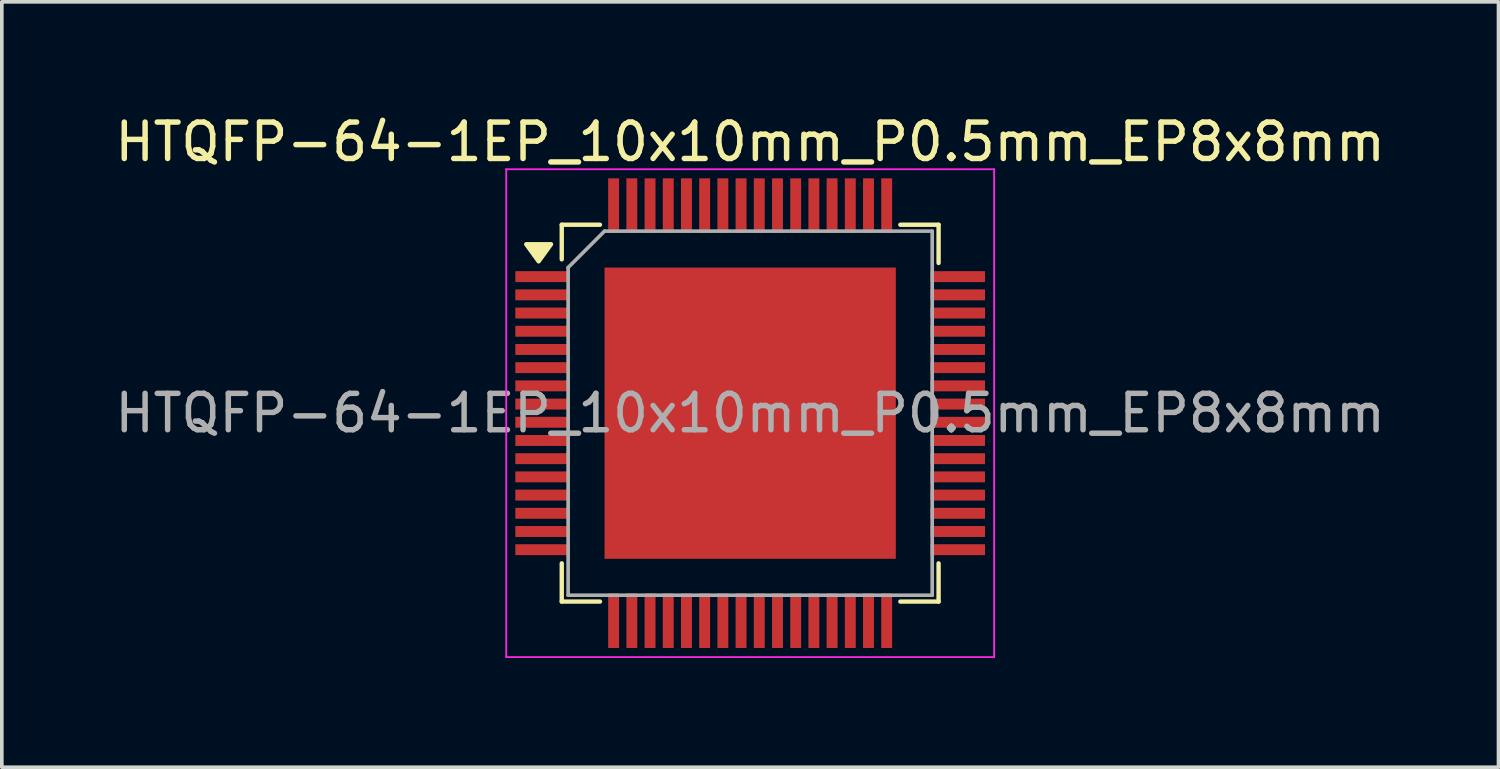
<source format=kicad_pcb>
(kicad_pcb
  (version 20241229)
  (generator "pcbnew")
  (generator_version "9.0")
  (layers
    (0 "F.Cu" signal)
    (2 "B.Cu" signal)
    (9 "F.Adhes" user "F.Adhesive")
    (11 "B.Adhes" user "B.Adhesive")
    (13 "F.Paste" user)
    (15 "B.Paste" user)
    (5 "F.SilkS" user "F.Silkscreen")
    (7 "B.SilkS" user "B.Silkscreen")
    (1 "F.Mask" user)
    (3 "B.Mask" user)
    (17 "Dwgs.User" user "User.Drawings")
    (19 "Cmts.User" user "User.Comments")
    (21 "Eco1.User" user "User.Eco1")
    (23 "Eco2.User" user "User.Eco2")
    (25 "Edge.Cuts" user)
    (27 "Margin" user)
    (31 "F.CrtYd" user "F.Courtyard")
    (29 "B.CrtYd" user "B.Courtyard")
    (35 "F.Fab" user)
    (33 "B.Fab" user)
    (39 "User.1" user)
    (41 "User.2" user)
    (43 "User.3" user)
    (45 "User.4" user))
  (footprint "HTQFP-64-1EP_10x10mm_P0.5mm_EP8x8mm"
    (layer "F.Cu")
    (at 17.554 8.298)
    (property "Reference" "HTQFP-64-1EP_10x10mm_P0.5mm_EP8x8mm" (at 0 -7.45 0) (layer "F.SilkS") (effects (font (size 1 1) (thickness 0.15))))
    (attr smd)
    (fp_line (start -5.175 -5.175) (end -5.175 -4.225) (stroke (width 0.12) (type solid)) (layer "F.SilkS"))
    (fp_line (start -5.175 -5.175) (end -4.125 -5.175) (stroke (width 0.12) (type solid)) (layer "F.SilkS"))
    (fp_line (start -5.175 5.175) (end -5.175 4.125) (stroke (width 0.12) (type solid)) (layer "F.SilkS"))
    (fp_line (start -5.175 5.175) (end -4.125 5.175) (stroke (width 0.12) (type solid)) (layer "F.SilkS"))
    (fp_line (start 5.175 -5.175) (end 4.125 -5.175) (stroke (width 0.12) (type solid)) (layer "F.SilkS"))
    (fp_line (start 5.175 -5.175) (end 5.175 -4.125) (stroke (width 0.12) (type solid)) (layer "F.SilkS"))
    (fp_line (start 5.175 5.175) (end 4.125 5.175) (stroke (width 0.12) (type solid)) (layer "F.SilkS"))
    (fp_line (start 5.175 5.175) (end 5.175 4.125) (stroke (width 0.12) (type solid)) (layer "F.SilkS"))
    (fp_poly (pts (xy -5.81 -4.17) (xy -6.15 -4.64) (xy -5.47 -4.64) (xy -5.81 -4.17)) (stroke (width 0.12) (type solid)) (fill yes) (layer "F.SilkS"))
    (fp_line (start -6.7 -6.7) (end -6.7 6.7) (stroke (width 0.05) (type solid)) (layer "F.CrtYd"))
    (fp_line (start -6.7 -6.7) (end 6.7 -6.7) (stroke (width 0.05) (type solid)) (layer "F.CrtYd"))
    (fp_line (start -6.7 6.7) (end 6.7 6.7) (stroke (width 0.05) (type solid)) (layer "F.CrtYd"))
    (fp_line (start 6.7 -6.7) (end 6.7 6.7) (stroke (width 0.05) (type solid)) (layer "F.CrtYd"))
    (fp_line (start -5 -4) (end -4 -5) (stroke (width 0.1) (type solid)) (layer "F.Fab"))
    (fp_line (start -5 5) (end -5 -4) (stroke (width 0.1) (type solid)) (layer "F.Fab"))
    (fp_line (start -4 -5) (end 5 -5) (stroke (width 0.1) (type solid)) (layer "F.Fab"))
    (fp_line (start 5 -5) (end 5 5) (stroke (width 0.1) (type solid)) (layer "F.Fab"))
    (fp_line (start 5 5) (end -5 5) (stroke (width 0.1) (type solid)) (layer "F.Fab"))
    (fp_text user "${REFERENCE}" (at 0 0 0) (layer "F.Fab") (effects (font (size 1 1) (thickness 0.15))))
    (pad "" smd rect (at -2 -2 180) (size 3.2 3.2) (layers "F.Paste"))
    (pad "" smd rect (at -2 2 180) (size 3.2 3.2) (layers "F.Paste"))
    (pad "" smd rect (at 2 -2 180) (size 3.2 3.2) (layers "F.Paste"))
    (pad "" smd rect (at 2 2 180) (size 3.2 3.2) (layers "F.Paste"))
    (pad "1" smd rect (at -5.7 -3.75) (size 1.5 0.3) (layers "F.Cu" "F.Mask" "F.Paste"))
    (pad "2" smd rect (at -5.7 -3.25) (size 1.5 0.3) (layers "F.Cu" "F.Mask" "F.Paste"))
    (pad "3" smd rect (at -5.7 -2.75) (size 1.5 0.3) (layers "F.Cu" "F.Mask" "F.Paste"))
    (pad "4" smd rect (at -5.7 -2.25) (size 1.5 0.3) (layers "F.Cu" "F.Mask" "F.Paste"))
    (pad "5" smd rect (at -5.7 -1.75) (size 1.5 0.3) (layers "F.Cu" "F.Mask" "F.Paste"))
    (pad "6" smd rect (at -5.7 -1.25) (size 1.5 0.3) (layers "F.Cu" "F.Mask" "F.Paste"))
    (pad "7" smd rect (at -5.7 -0.75) (size 1.5 0.3) (layers "F.Cu" "F.Mask" "F.Paste"))
    (pad "8" smd rect (at -5.7 -0.25) (size 1.5 0.3) (layers "F.Cu" "F.Mask" "F.Paste"))
    (pad "9" smd rect (at -5.7 0.25) (size 1.5 0.3) (layers "F.Cu" "F.Mask" "F.Paste"))
    (pad "10" smd rect (at -5.7 0.75) (size 1.5 0.3) (layers "F.Cu" "F.Mask" "F.Paste"))
    (pad "11" smd rect (at -5.7 1.25) (size 1.5 0.3) (layers "F.Cu" "F.Mask" "F.Paste"))
    (pad "12" smd rect (at -5.7 1.75) (size 1.5 0.3) (layers "F.Cu" "F.Mask" "F.Paste"))
    (pad "13" smd rect (at -5.7 2.25) (size 1.5 0.3) (layers "F.Cu" "F.Mask" "F.Paste"))
    (pad "14" smd rect (at -5.7 2.75) (size 1.5 0.3) (layers "F.Cu" "F.Mask" "F.Paste"))
    (pad "15" smd rect (at -5.7 3.25) (size 1.5 0.3) (layers "F.Cu" "F.Mask" "F.Paste"))
    (pad "16" smd rect (at -5.7 3.75) (size 1.5 0.3) (layers "F.Cu" "F.Mask" "F.Paste"))
    (pad "17" smd rect (at -3.75 5.7 90) (size 1.5 0.3) (layers "F.Cu" "F.Mask" "F.Paste"))
    (pad "18" smd rect (at -3.25 5.7 90) (size 1.5 0.3) (layers "F.Cu" "F.Mask" "F.Paste"))
    (pad "19" smd rect (at -2.75 5.7 90) (size 1.5 0.3) (layers "F.Cu" "F.Mask" "F.Paste"))
    (pad "20" smd rect (at -2.25 5.7 90) (size 1.5 0.3) (layers "F.Cu" "F.Mask" "F.Paste"))
    (pad "21" smd rect (at -1.75 5.7 90) (size 1.5 0.3) (layers "F.Cu" "F.Mask" "F.Paste"))
    (pad "22" smd rect (at -1.25 5.7 90) (size 1.5 0.3) (layers "F.Cu" "F.Mask" "F.Paste"))
    (pad "23" smd rect (at -0.75 5.7 90) (size 1.5 0.3) (layers "F.Cu" "F.Mask" "F.Paste"))
    (pad "24" smd rect (at -0.25 5.7 90) (size 1.5 0.3) (layers "F.Cu" "F.Mask" "F.Paste"))
    (pad "25" smd rect (at 0.25 5.7 90) (size 1.5 0.3) (layers "F.Cu" "F.Mask" "F.Paste"))
    (pad "26" smd rect (at 0.75 5.7 90) (size 1.5 0.3) (layers "F.Cu" "F.Mask" "F.Paste"))
    (pad "27" smd rect (at 1.25 5.7 90) (size 1.5 0.3) (layers "F.Cu" "F.Mask" "F.Paste"))
    (pad "28" smd rect (at 1.75 5.7 90) (size 1.5 0.3) (layers "F.Cu" "F.Mask" "F.Paste"))
    (pad "29" smd rect (at 2.25 5.7 90) (size 1.5 0.3) (layers "F.Cu" "F.Mask" "F.Paste"))
    (pad "30" smd rect (at 2.75 5.7 90) (size 1.5 0.3) (layers "F.Cu" "F.Mask" "F.Paste"))
    (pad "31" smd rect (at 3.25 5.7 90) (size 1.5 0.3) (layers "F.Cu" "F.Mask" "F.Paste"))
    (pad "32" smd rect (at 3.75 5.7 90) (size 1.5 0.3) (layers "F.Cu" "F.Mask" "F.Paste"))
    (pad "33" smd rect (at 5.7 3.75) (size 1.5 0.3) (layers "F.Cu" "F.Mask" "F.Paste"))
    (pad "34" smd rect (at 5.7 3.25) (size 1.5 0.3) (layers "F.Cu" "F.Mask" "F.Paste"))
    (pad "35" smd rect (at 5.7 2.75) (size 1.5 0.3) (layers "F.Cu" "F.Mask" "F.Paste"))
    (pad "36" smd rect (at 5.7 2.25) (size 1.5 0.3) (layers "F.Cu" "F.Mask" "F.Paste"))
    (pad "37" smd rect (at 5.7 1.75) (size 1.5 0.3) (layers "F.Cu" "F.Mask" "F.Paste"))
    (pad "38" smd rect (at 5.7 1.25) (size 1.5 0.3) (layers "F.Cu" "F.Mask" "F.Paste"))
    (pad "39" smd rect (at 5.7 0.75) (size 1.5 0.3) (layers "F.Cu" "F.Mask" "F.Paste"))
    (pad "40" smd rect (at 5.7 0.25) (size 1.5 0.3) (layers "F.Cu" "F.Mask" "F.Paste"))
    (pad "41" smd rect (at 5.7 -0.25) (size 1.5 0.3) (layers "F.Cu" "F.Mask" "F.Paste"))
    (pad "42" smd rect (at 5.7 -0.75) (size 1.5 0.3) (layers "F.Cu" "F.Mask" "F.Paste"))
    (pad "43" smd rect (at 5.7 -1.25) (size 1.5 0.3) (layers "F.Cu" "F.Mask" "F.Paste"))
    (pad "44" smd rect (at 5.7 -1.75) (size 1.5 0.3) (layers "F.Cu" "F.Mask" "F.Paste"))
    (pad "45" smd rect (at 5.7 -2.25) (size 1.5 0.3) (layers "F.Cu" "F.Mask" "F.Paste"))
    (pad "46" smd rect (at 5.7 -2.75) (size 1.5 0.3) (layers "F.Cu" "F.Mask" "F.Paste"))
    (pad "47" smd rect (at 5.7 -3.25) (size 1.5 0.3) (layers "F.Cu" "F.Mask" "F.Paste"))
    (pad "48" smd rect (at 5.7 -3.75) (size 1.5 0.3) (layers "F.Cu" "F.Mask" "F.Paste"))
    (pad "49" smd rect (at 3.75 -5.7 90) (size 1.5 0.3) (layers "F.Cu" "F.Mask" "F.Paste"))
    (pad "50" smd rect (at 3.25 -5.7 90) (size 1.5 0.3) (layers "F.Cu" "F.Mask" "F.Paste"))
    (pad "51" smd rect (at 2.75 -5.7 90) (size 1.5 0.3) (layers "F.Cu" "F.Mask" "F.Paste"))
    (pad "52" smd rect (at 2.25 -5.7 90) (size 1.5 0.3) (layers "F.Cu" "F.Mask" "F.Paste"))
    (pad "53" smd rect (at 1.75 -5.7 90) (size 1.5 0.3) (layers "F.Cu" "F.Mask" "F.Paste"))
    (pad "54" smd rect (at 1.25 -5.7 90) (size 1.5 0.3) (layers "F.Cu" "F.Mask" "F.Paste"))
    (pad "55" smd rect (at 0.75 -5.7 90) (size 1.5 0.3) (layers "F.Cu" "F.Mask" "F.Paste"))
    (pad "56" smd rect (at 0.25 -5.7 90) (size 1.5 0.3) (layers "F.Cu" "F.Mask" "F.Paste"))
    (pad "57" smd rect (at -0.25 -5.7 90) (size 1.5 0.3) (layers "F.Cu" "F.Mask" "F.Paste"))
    (pad "58" smd rect (at -0.75 -5.7 90) (size 1.5 0.3) (layers "F.Cu" "F.Mask" "F.Paste"))
    (pad "59" smd rect (at -1.25 -5.7 90) (size 1.5 0.3) (layers "F.Cu" "F.Mask" "F.Paste"))
    (pad "60" smd rect (at -1.75 -5.7 90) (size 1.5 0.3) (layers "F.Cu" "F.Mask" "F.Paste"))
    (pad "61" smd rect (at -2.25 -5.7 90) (size 1.5 0.3) (layers "F.Cu" "F.Mask" "F.Paste"))
    (pad "62" smd rect (at -2.75 -5.7 90) (size 1.5 0.3) (layers "F.Cu" "F.Mask" "F.Paste"))
    (pad "63" smd rect (at -3.25 -5.7 90) (size 1.5 0.3) (layers "F.Cu" "F.Mask" "F.Paste"))
    (pad "64" smd rect (at -3.75 -5.7 90) (size 1.5 0.3) (layers "F.Cu" "F.Mask" "F.Paste"))
    (pad "65" smd rect (at 0 0 180) (size 8 8) (layers "F.Cu" "F.Mask")))
  (gr_rect
    (start -3 -3)
    (end 38.107 18.023)
    (stroke (width 0.1) (type default))
    (fill no)
    (layer "Edge.Cuts")))
</source>
